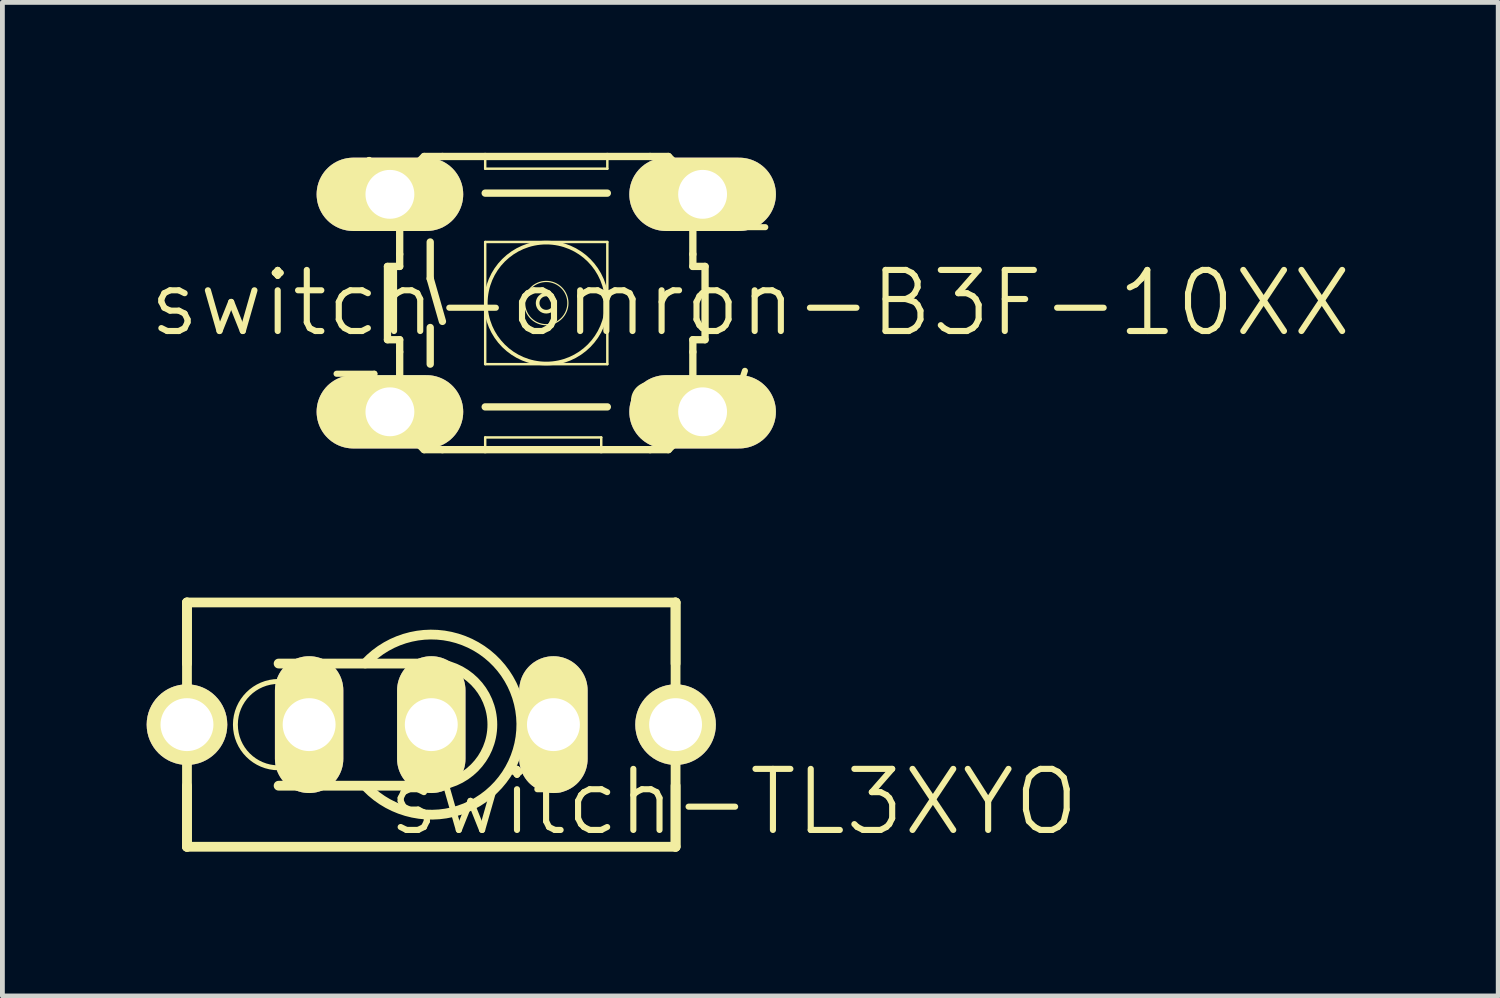
<source format=kicad_pcb>
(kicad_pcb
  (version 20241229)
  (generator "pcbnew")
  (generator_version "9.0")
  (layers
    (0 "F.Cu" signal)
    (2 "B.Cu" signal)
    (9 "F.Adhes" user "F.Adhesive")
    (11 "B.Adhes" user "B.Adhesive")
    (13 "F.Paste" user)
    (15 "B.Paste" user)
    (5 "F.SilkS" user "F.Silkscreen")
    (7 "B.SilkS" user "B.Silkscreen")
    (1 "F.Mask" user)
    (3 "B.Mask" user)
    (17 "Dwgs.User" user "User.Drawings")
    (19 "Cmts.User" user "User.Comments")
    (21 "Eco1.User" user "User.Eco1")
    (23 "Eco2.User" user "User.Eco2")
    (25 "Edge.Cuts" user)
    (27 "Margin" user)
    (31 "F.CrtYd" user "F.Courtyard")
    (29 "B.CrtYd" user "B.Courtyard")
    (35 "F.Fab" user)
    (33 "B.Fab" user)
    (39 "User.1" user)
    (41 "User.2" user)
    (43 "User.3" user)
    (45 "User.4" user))
  (footprint "switch-TL3XYO"
    (placed yes)
    (layer "F.Cu")
    (at 5.918 12.018)
    (property "Reference" "switch-TL3XYO" (at 6.288 1.609 0) (layer "F.SilkS") (effects (font (size 1.27 1.27) (thickness 0.127))))
    (attr exclude_from_pos_files exclude_from_bom)
    (fp_line (start -5.08 -2.54) (end 5.08 -2.54) (stroke (width 0.203) (type solid)) (layer "F.SilkS"))
    (fp_line (start -5.08 -1.27) (end -5.08 -2.54) (stroke (width 0.203) (type solid)) (layer "F.SilkS"))
    (fp_line (start -5.08 2.54) (end -5.08 -2.54) (stroke (width 0.203) (type solid)) (layer "F.SilkS"))
    (fp_line (start -5.08 2.54) (end -5.08 1.27) (stroke (width 0.203) (type solid)) (layer "F.SilkS"))
    (fp_line (start -3.175 -1.27) (end 0 -1.27) (stroke (width 0.203) (type solid)) (layer "F.SilkS"))
    (fp_line (start -3.175 1.27) (end 0 1.27) (stroke (width 0.203) (type solid)) (layer "F.SilkS"))
    (fp_line (start 5.08 -2.54) (end 5.08 -1.27) (stroke (width 0.203) (type solid)) (layer "F.SilkS"))
    (fp_line (start 5.08 -2.54) (end 5.08 2.54) (stroke (width 0.203) (type solid)) (layer "F.SilkS"))
    (fp_line (start 5.08 1.27) (end 5.08 2.54) (stroke (width 0.203) (type solid)) (layer "F.SilkS"))
    (fp_line (start 5.08 2.54) (end -5.08 2.54) (stroke (width 0.203) (type solid)) (layer "F.SilkS"))
    (fp_arc (start -1.37414 -1.27254) (mid 1.872762 -0.019559) (end -1.347262 1.300962) (stroke (width 0.2032) (type solid)) (layer "F.SilkS"))
    (fp_arc (start 0 -1.27) (mid 1.27 0) (end 0 1.27) (stroke (width 0.2032) (type solid)) (layer "F.SilkS"))
    (fp_circle (center -3.175 0) (end -3.81 0.635) (stroke (width 0.102) (type solid)) (fill no) (layer "F.SilkS"))
    (pad "1" thru_hole oval (at -2.54 0 180) (size 1.422 2.845) (drill 1.1) (layers "*.Cu" "*.Paste" "*.Mask" "F.SilkS"))
    (pad "2" thru_hole oval (at 0 0 180) (size 1.422 2.845) (drill 1.1) (layers "*.Cu" "*.Paste" "*.Mask" "F.SilkS"))
    (pad "3" thru_hole oval (at 2.54 0 180) (size 1.422 2.845) (drill 1.1) (layers "*.Cu" "*.Paste" "*.Mask" "F.SilkS"))
    (pad "M1" thru_hole circle (at -5.08 0 180) (size 1.676 1.676) (drill 1.1) (layers "*.Cu" "*.Paste" "*.Mask" "F.SilkS"))
    (pad "M2" thru_hole circle (at 5.08 0 180) (size 1.676 1.676) (drill 1.1) (layers "*.Cu" "*.Paste" "*.Mask" "F.SilkS")))
  (footprint "switch-omron-B3F-10XX"
    (placed yes)
    (layer "F.Cu")
    (at 8.309 3.252)
    (property "Reference" "switch-omron-B3F-10XX" (at 4.243 0 0) (layer "F.SilkS") (effects (font (size 1.27 1.27) (thickness 0.127))))
    (attr exclude_from_pos_files exclude_from_bom)
    (fp_line (start -3.302 -0.762) (end -3.302 0.762) (stroke (width 0.152) (type solid)) (layer "F.SilkS"))
    (fp_line (start -3.302 -0.762) (end -3.048 -0.762) (stroke (width 0.152) (type solid)) (layer "F.SilkS"))
    (fp_line (start -3.048 -2.54) (end -3.048 -1.016) (stroke (width 0.152) (type solid)) (layer "F.SilkS"))
    (fp_line (start -3.048 -0.762) (end -3.048 -1.016) (stroke (width 0.152) (type solid)) (layer "F.SilkS"))
    (fp_line (start -3.048 0.762) (end -3.302 0.762) (stroke (width 0.152) (type solid)) (layer "F.SilkS"))
    (fp_line (start -3.048 0.762) (end -3.048 1.016) (stroke (width 0.152) (type solid)) (layer "F.SilkS"))
    (fp_line (start -3.048 2.54) (end -3.048 1.016) (stroke (width 0.152) (type solid)) (layer "F.SilkS"))
    (fp_line (start -2.54 -3.048) (end -3.048 -2.54) (stroke (width 0.152) (type solid)) (layer "F.SilkS"))
    (fp_line (start -2.54 -3.048) (end -2.159 -3.048) (stroke (width 0.152) (type solid)) (layer "F.SilkS"))
    (fp_line (start -2.54 3.048) (end -3.048 2.54) (stroke (width 0.152) (type solid)) (layer "F.SilkS"))
    (fp_line (start -2.54 3.048) (end -2.159 3.048) (stroke (width 0.152) (type solid)) (layer "F.SilkS"))
    (fp_line (start -2.413 -1.27) (end -2.413 -0.508) (stroke (width 0.152) (type solid)) (layer "F.SilkS"))
    (fp_line (start -2.413 -0.508) (end -2.159 0.381) (stroke (width 0.152) (type solid)) (layer "F.SilkS"))
    (fp_line (start -2.413 0.508) (end -2.413 1.27) (stroke (width 0.152) (type solid)) (layer "F.SilkS"))
    (fp_line (start -2.159 3.048) (end -1.27 3.048) (stroke (width 0.152) (type solid)) (layer "F.SilkS"))
    (fp_line (start -1.27 -3.048) (end -2.159 -3.048) (stroke (width 0.152) (type solid)) (layer "F.SilkS"))
    (fp_line (start -1.27 -3.048) (end -1.27 -2.794) (stroke (width 0.051) (type solid)) (layer "F.SilkS"))
    (fp_line (start -1.27 -1.27) (end -1.27 1.27) (stroke (width 0.051) (type solid)) (layer "F.SilkS"))
    (fp_line (start -1.27 -1.27) (end 1.27 -1.27) (stroke (width 0.051) (type solid)) (layer "F.SilkS"))
    (fp_line (start -1.27 2.159) (end 1.27 2.159) (stroke (width 0.152) (type solid)) (layer "F.SilkS"))
    (fp_line (start -1.27 2.794) (end -1.27 3.048) (stroke (width 0.051) (type solid)) (layer "F.SilkS"))
    (fp_line (start -1.27 3.048) (end 1.143 3.048) (stroke (width 0.152) (type solid)) (layer "F.SilkS"))
    (fp_line (start 1.143 2.794) (end -1.27 2.794) (stroke (width 0.051) (type solid)) (layer "F.SilkS"))
    (fp_line (start 1.143 2.794) (end 1.143 3.048) (stroke (width 0.051) (type solid)) (layer "F.SilkS"))
    (fp_line (start 1.143 3.048) (end 2.159 3.048) (stroke (width 0.152) (type solid)) (layer "F.SilkS"))
    (fp_line (start 1.27 -3.048) (end -1.27 -3.048) (stroke (width 0.152) (type solid)) (layer "F.SilkS"))
    (fp_line (start 1.27 -2.794) (end -1.27 -2.794) (stroke (width 0.051) (type solid)) (layer "F.SilkS"))
    (fp_line (start 1.27 -2.794) (end 1.27 -3.048) (stroke (width 0.051) (type solid)) (layer "F.SilkS"))
    (fp_line (start 1.27 -2.286) (end -1.27 -2.286) (stroke (width 0.152) (type solid)) (layer "F.SilkS"))
    (fp_line (start 1.27 1.27) (end -1.27 1.27) (stroke (width 0.051) (type solid)) (layer "F.SilkS"))
    (fp_line (start 1.27 1.27) (end 1.27 -1.27) (stroke (width 0.051) (type solid)) (layer "F.SilkS"))
    (fp_line (start 2.159 -3.048) (end 1.27 -3.048) (stroke (width 0.152) (type solid)) (layer "F.SilkS"))
    (fp_line (start 2.54 -3.048) (end 2.159 -3.048) (stroke (width 0.152) (type solid)) (layer "F.SilkS"))
    (fp_line (start 2.54 3.048) (end 2.159 3.048) (stroke (width 0.152) (type solid)) (layer "F.SilkS"))
    (fp_line (start 2.54 3.048) (end 3.048 2.54) (stroke (width 0.152) (type solid)) (layer "F.SilkS"))
    (fp_line (start 3.048 -2.54) (end 2.54 -3.048) (stroke (width 0.152) (type solid)) (layer "F.SilkS"))
    (fp_line (start 3.048 -1.016) (end 3.048 -2.54) (stroke (width 0.152) (type solid)) (layer "F.SilkS"))
    (fp_line (start 3.048 -0.762) (end 3.048 -1.016) (stroke (width 0.152) (type solid)) (layer "F.SilkS"))
    (fp_line (start 3.048 -0.762) (end 3.302 -0.762) (stroke (width 0.152) (type solid)) (layer "F.SilkS"))
    (fp_line (start 3.048 0.762) (end 3.048 1.016) (stroke (width 0.152) (type solid)) (layer "F.SilkS"))
    (fp_line (start 3.048 2.54) (end 3.048 1.016) (stroke (width 0.152) (type solid)) (layer "F.SilkS"))
    (fp_line (start 3.302 0.762) (end 3.048 0.762) (stroke (width 0.152) (type solid)) (layer "F.SilkS"))
    (fp_line (start 3.302 0.762) (end 3.302 -0.762) (stroke (width 0.152) (type solid)) (layer "F.SilkS"))
    (fp_circle (center -2.159 -2.159) (end -2.413 -2.413) (stroke (width 0.076) (type solid)) (fill no) (layer "F.SilkS"))
    (fp_circle (center -2.159 2.159) (end -2.413 2.413) (stroke (width 0.076) (type solid)) (fill no) (layer "F.SilkS"))
    (fp_circle (center 0 0) (end -0.889 0.889) (stroke (width 0.076) (type solid)) (fill no) (layer "F.SilkS"))
    (fp_circle (center 0 0) (end -0.318 0.318) (stroke (width 0.025) (type solid)) (fill no) (layer "F.SilkS"))
    (fp_circle (center 0 0) (end -0.127 0.127) (stroke (width 0.076) (type solid)) (fill no) (layer "F.SilkS"))
    (fp_circle (center 2.159 -2.159) (end 2.413 -2.413) (stroke (width 0.076) (type solid)) (fill no) (layer "F.SilkS"))
    (fp_circle (center 2.159 2.032) (end 2.413 2.286) (stroke (width 0.076) (type solid)) (fill no) (layer "F.SilkS"))
    (fp_text user "3" (at -3.937 2.159 0) (layer "F.SilkS") (effects (font (size 1.27 1.27) (thickness 0.127))))
    (fp_text user "1" (at -3.683 -2.286 0) (layer "F.SilkS") (effects (font (size 1.27 1.27) (thickness 0.127))))
    (fp_text user "4" (at 4.191 2.159 0) (layer "F.SilkS") (effects (font (size 1.27 1.27) (thickness 0.127))))
    (fp_text user "2" (at 4.191 -2.159 0) (layer "F.SilkS") (effects (font (size 1.27 1.27) (thickness 0.127))))
    (pad "1" thru_hole oval (at -3.251 -2.261 90) (size 1.524 3.048) (drill 1.016) (layers "*.Cu" "*.Paste" "*.Mask" "F.SilkS"))
    (pad "1" thru_hole oval (at 3.251 -2.261 90) (size 1.524 3.048) (drill 1.016) (layers "*.Cu" "*.Paste" "*.Mask" "F.SilkS"))
    (pad "2" thru_hole oval (at -3.251 2.261 90) (size 1.524 3.048) (drill 1.016) (layers "*.Cu" "*.Paste" "*.Mask" "F.SilkS"))
    (pad "2" thru_hole oval (at 3.251 2.261 90) (size 1.524 3.048) (drill 1.016) (layers "*.Cu" "*.Paste" "*.Mask" "F.SilkS")))
  (gr_rect
    (start -3 -3)
    (end 28.104 17.66)
    (stroke (width 0.1) (type default))
    (fill no)
    (layer "Edge.Cuts")))
</source>
